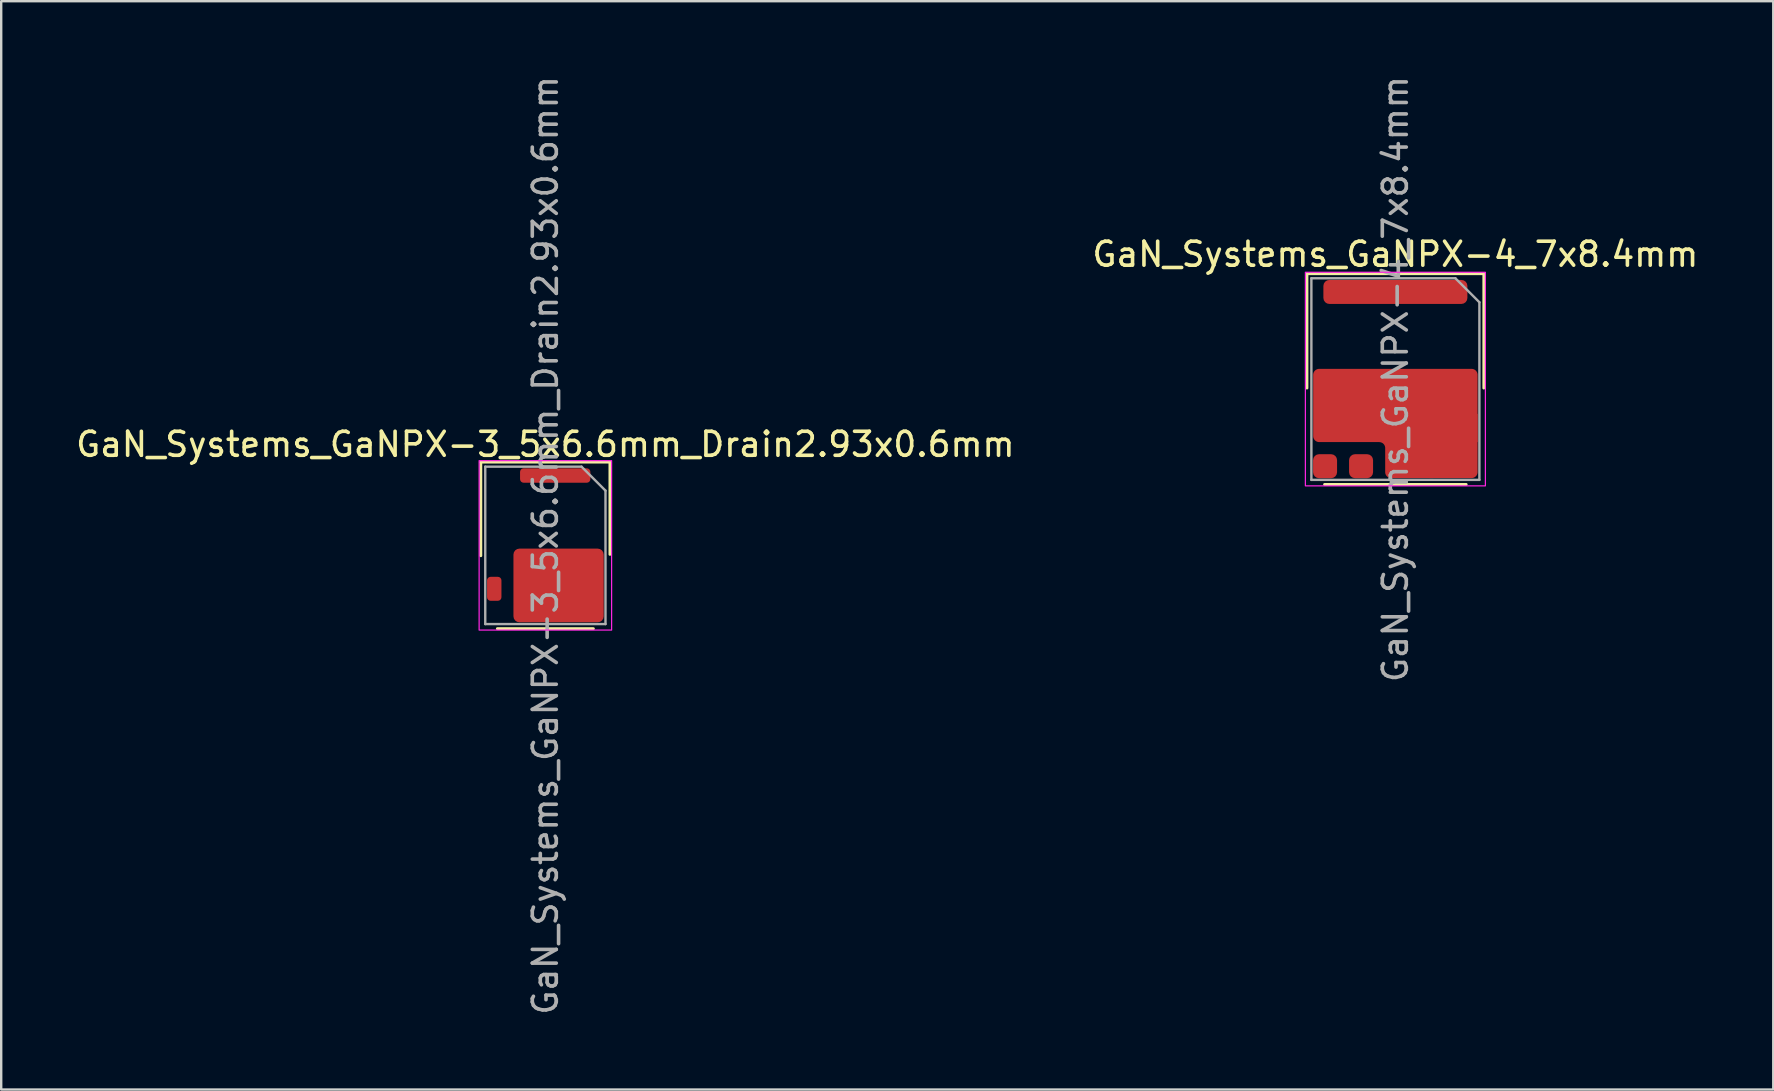
<source format=kicad_pcb>
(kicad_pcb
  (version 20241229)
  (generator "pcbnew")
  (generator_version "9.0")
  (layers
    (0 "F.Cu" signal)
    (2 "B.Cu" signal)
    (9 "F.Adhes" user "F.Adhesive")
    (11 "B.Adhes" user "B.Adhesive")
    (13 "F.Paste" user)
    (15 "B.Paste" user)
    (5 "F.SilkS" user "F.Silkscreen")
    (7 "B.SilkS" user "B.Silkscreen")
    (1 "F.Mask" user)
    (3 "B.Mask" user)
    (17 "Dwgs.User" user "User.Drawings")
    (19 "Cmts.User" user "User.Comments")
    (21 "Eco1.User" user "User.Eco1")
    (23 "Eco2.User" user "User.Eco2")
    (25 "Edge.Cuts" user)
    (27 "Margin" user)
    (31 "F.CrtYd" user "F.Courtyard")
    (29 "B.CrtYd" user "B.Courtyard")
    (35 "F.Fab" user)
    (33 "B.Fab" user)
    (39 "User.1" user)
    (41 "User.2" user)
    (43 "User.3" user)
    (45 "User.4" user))
  (footprint "GaN_Systems_GaNPX-3_5x6.6mm_Drain2.93x0.6mm"
    (layer "F.Cu")
    (at 19.673 19.673)
    (property "Reference" "GaN_Systems_GaNPX-3_5x6.6mm_Drain2.93x0.6mm" (at 0 -4.21 0) (layer "F.SilkS") (effects (font (size 1 1) (thickness 0.15))))
    (attr smd)
    (fp_line (start -2.69 -3.47) (end -2.69 0.432) (stroke (width 0.12) (type default)) (layer "F.SilkS"))
    (fp_line (start -2 3.47) (end 2 3.47) (stroke (width 0.12) (type default)) (layer "F.SilkS"))
    (fp_line (start 2.69 -3.47) (end -2.69 -3.47) (stroke (width 0.12) (type default)) (layer "F.SilkS"))
    (fp_line (start 2.69 0.375) (end 2.69 -3.47) (stroke (width 0.12) (type default)) (layer "F.SilkS"))
    (fp_rect (start -2.76 -3.53) (end 2.76 3.53) (stroke (width 0.05) (type default)) (fill no) (layer "F.CrtYd"))
    (fp_line (start -2.505 -3.28) (end -2.505 3.28) (stroke (width 0.1) (type default)) (layer "F.Fab"))
    (fp_line (start -2.505 3.28) (end 2.505 3.28) (stroke (width 0.1) (type default)) (layer "F.Fab"))
    (fp_line (start 1.505 -3.28) (end -2.505 -3.28) (stroke (width 0.1) (type default)) (layer "F.Fab"))
    (fp_line (start 1.505 -3.28) (end 2.505 -2.28) (stroke (width 0.1) (type default)) (layer "F.Fab"))
    (fp_line (start 2.505 3.28) (end 2.505 -2.28) (stroke (width 0.1) (type default)) (layer "F.Fab"))
    (fp_text user "${REFERENCE}" (at 0 0 90) (layer "F.Fab") (effects (font (size 1 1) (thickness 0.15))))
    (pad "" smd roundrect (at -0.34 0.953) (size 1.58 1.235) (layers "F.Paste") (roundrect_rratio 0.202))
    (pad "" smd roundrect (at -0.34 2.388) (size 1.58 1.235) (layers "F.Paste") (roundrect_rratio 0.202))
    (pad "" smd roundrect (at 1.44 0.953) (size 1.58 1.235) (layers "F.Paste") (roundrect_rratio 0.202))
    (pad "" smd roundrect (at 1.44 2.388) (size 1.58 1.235) (layers "F.Paste") (roundrect_rratio 0.202))
    (pad "1" smd roundrect (at 0.41 -2.91) (size 2.93 0.6) (layers "F.Cu" "F.Mask" "F.Paste") (roundrect_rratio 0.25))
    (pad "2" smd roundrect (at -2.13 1.81) (size 0.6 1) (layers "F.Cu" "F.Mask" "F.Paste") (roundrect_rratio 0.25))
    (pad "3" smd roundrect (at 0.55 1.67) (size 3.76 3.07) (layers "F.Cu" "F.Mask") (roundrect_rratio 0.081)))
  (footprint "GaN_Systems_GaNPX-4_7x8.4mm"
    (layer "F.Cu")
    (at 55.089 12.744)
    (property "Reference" "GaN_Systems_GaNPX-4_7x8.4mm" (at 0 -5.2 0) (layer "F.SilkS") (effects (font (size 1 1) (thickness 0.15))))
    (attr smd)
    (fp_line (start -3.685 -4.39) (end -3.685 0.375) (stroke (width 0.12) (type default)) (layer "F.SilkS"))
    (fp_line (start -2.95 4.39) (end 2.95 4.39) (stroke (width 0.12) (type default)) (layer "F.SilkS"))
    (fp_line (start 3.685 -4.39) (end -3.685 -4.39) (stroke (width 0.12) (type default)) (layer "F.SilkS"))
    (fp_line (start 3.685 0.375) (end 3.685 -4.39) (stroke (width 0.12) (type default)) (layer "F.SilkS"))
    (fp_rect (start -3.75 -4.45) (end 3.75 4.45) (stroke (width 0.05) (type default)) (fill no) (layer "F.CrtYd"))
    (fp_line (start -3.5 -4.2) (end -3.5 4.2) (stroke (width 0.1) (type default)) (layer "F.Fab"))
    (fp_line (start -3.5 4.2) (end 3.5 4.2) (stroke (width 0.1) (type default)) (layer "F.Fab"))
    (fp_line (start 2.5 -4.2) (end -3.5 -4.2) (stroke (width 0.1) (type default)) (layer "F.Fab"))
    (fp_line (start 2.5 -4.2) (end 3.5 -3.2) (stroke (width 0.1) (type default)) (layer "F.Fab"))
    (fp_line (start 3.5 4.2) (end 3.5 -3.2) (stroke (width 0.1) (type default)) (layer "F.Fab"))
    (fp_text user "${REFERENCE}" (at 0 0 90) (layer "F.Fab") (effects (font (size 1 1) (thickness 0.15))))
    (pad "" smd roundrect (at -2.575 0.388) (size 1.3 1.225) (layers "F.Paste") (roundrect_rratio 0.2) (chamfer_ratio 0.2) (chamfer))
    (pad "" smd roundrect (at -2.575 1.812) (size 1.3 1.225) (layers "F.Paste") (roundrect_rratio 0.2) (chamfer_ratio 0.2) (chamfer))
    (pad "" smd roundrect (at -1.075 0.388) (size 1.3 1.225) (layers "F.Paste") (roundrect_rratio 0.2) (chamfer_ratio 0.2) (chamfer))
    (pad "" smd roundrect (at -1.075 1.812) (size 1.3 1.225) (layers "F.Paste") (roundrect_rratio 0.2) (chamfer_ratio 0.2) (chamfer))
    (pad "" smd roundrect (at 0.588 0.388) (size 1.625 1.225) (layers "F.Paste") (roundrect_rratio 0.2) (chamfer_ratio 0.2) (chamfer))
    (pad "" smd roundrect (at 0.588 1.812) (size 1.625 1.225) (layers "F.Paste") (roundrect_rratio 0.2) (chamfer_ratio 0.2) (chamfer))
    (pad "" smd roundrect (at 0.588 3.275) (size 1.625 1.3) (layers "F.Paste") (roundrect_rratio 0.2) (chamfer_ratio 0.2) (chamfer))
    (pad "" smd roundrect (at 2.413 0.388) (size 1.625 1.225) (layers "F.Paste") (roundrect_rratio 0.2) (chamfer_ratio 0.2) (chamfer))
    (pad "" smd roundrect (at 2.413 1.812) (size 1.625 1.225) (layers "F.Paste") (roundrect_rratio 0.2) (chamfer_ratio 0.2) (chamfer))
    (pad "" smd roundrect (at 2.413 3.275) (size 1.625 1.3) (layers "F.Paste") (roundrect_rratio 0.2) (chamfer_ratio 0.2) (chamfer))
    (pad "1" smd roundrect (at 0 -3.63) (size 6 1) (layers "F.Cu" "F.Mask" "F.Paste") (roundrect_rratio 0.25))
    (pad "2" smd custom (at 0 1.1) (size 3.05 3.05) (layers "F.Cu" "F.Mask") (options (anchor circle)) (primitives (gr_poly (pts (arc (start -3.425 1.275) (mid -3.351777 1.451777) (end -3.175 1.525)) (xy 3.425 1.525) (arc (start 3.425 -1.275) (mid 3.351777 -1.451777) (end 3.175 -1.525)) (arc (start -3.175 -1.525) (mid -3.351777 -1.451777) (end -3.425 -1.275))) (width 0.0001) (fill yes))))
    (pad "2" smd custom (at 1.5 3.38) (size 1.5 1.5) (layers "F.Cu" "F.Mask") (options (anchor circle)) (primitives (gr_poly (pts (arc (start 1.675 0.745) (mid 1.851777 0.671777) (end 1.925 0.495)) (xy 1.925 -1.93) (xy -2.175 -1.93) (arc (start -2.175 -0.755) (mid -1.998223 -0.681777) (end -1.925 -0.505)) (arc (start -1.925 0.495) (mid -1.851777 0.671777) (end -1.675 0.745))) (width 0.0001) (fill yes))))
    (pad "3" smd roundrect (at -2.93 3.63) (size 1 1) (layers "F.Cu" "F.Mask" "F.Paste") (roundrect_rratio 0.25))
    (pad "4" smd roundrect (at -1.43 3.63) (size 1 1) (layers "F.Cu" "F.Mask" "F.Paste") (roundrect_rratio 0.25)))
  (gr_rect
    (start -3 -3)
    (end 70.833 42.345)
    (stroke (width 0.1) (type default))
    (fill no)
    (layer "Edge.Cuts")))
</source>
